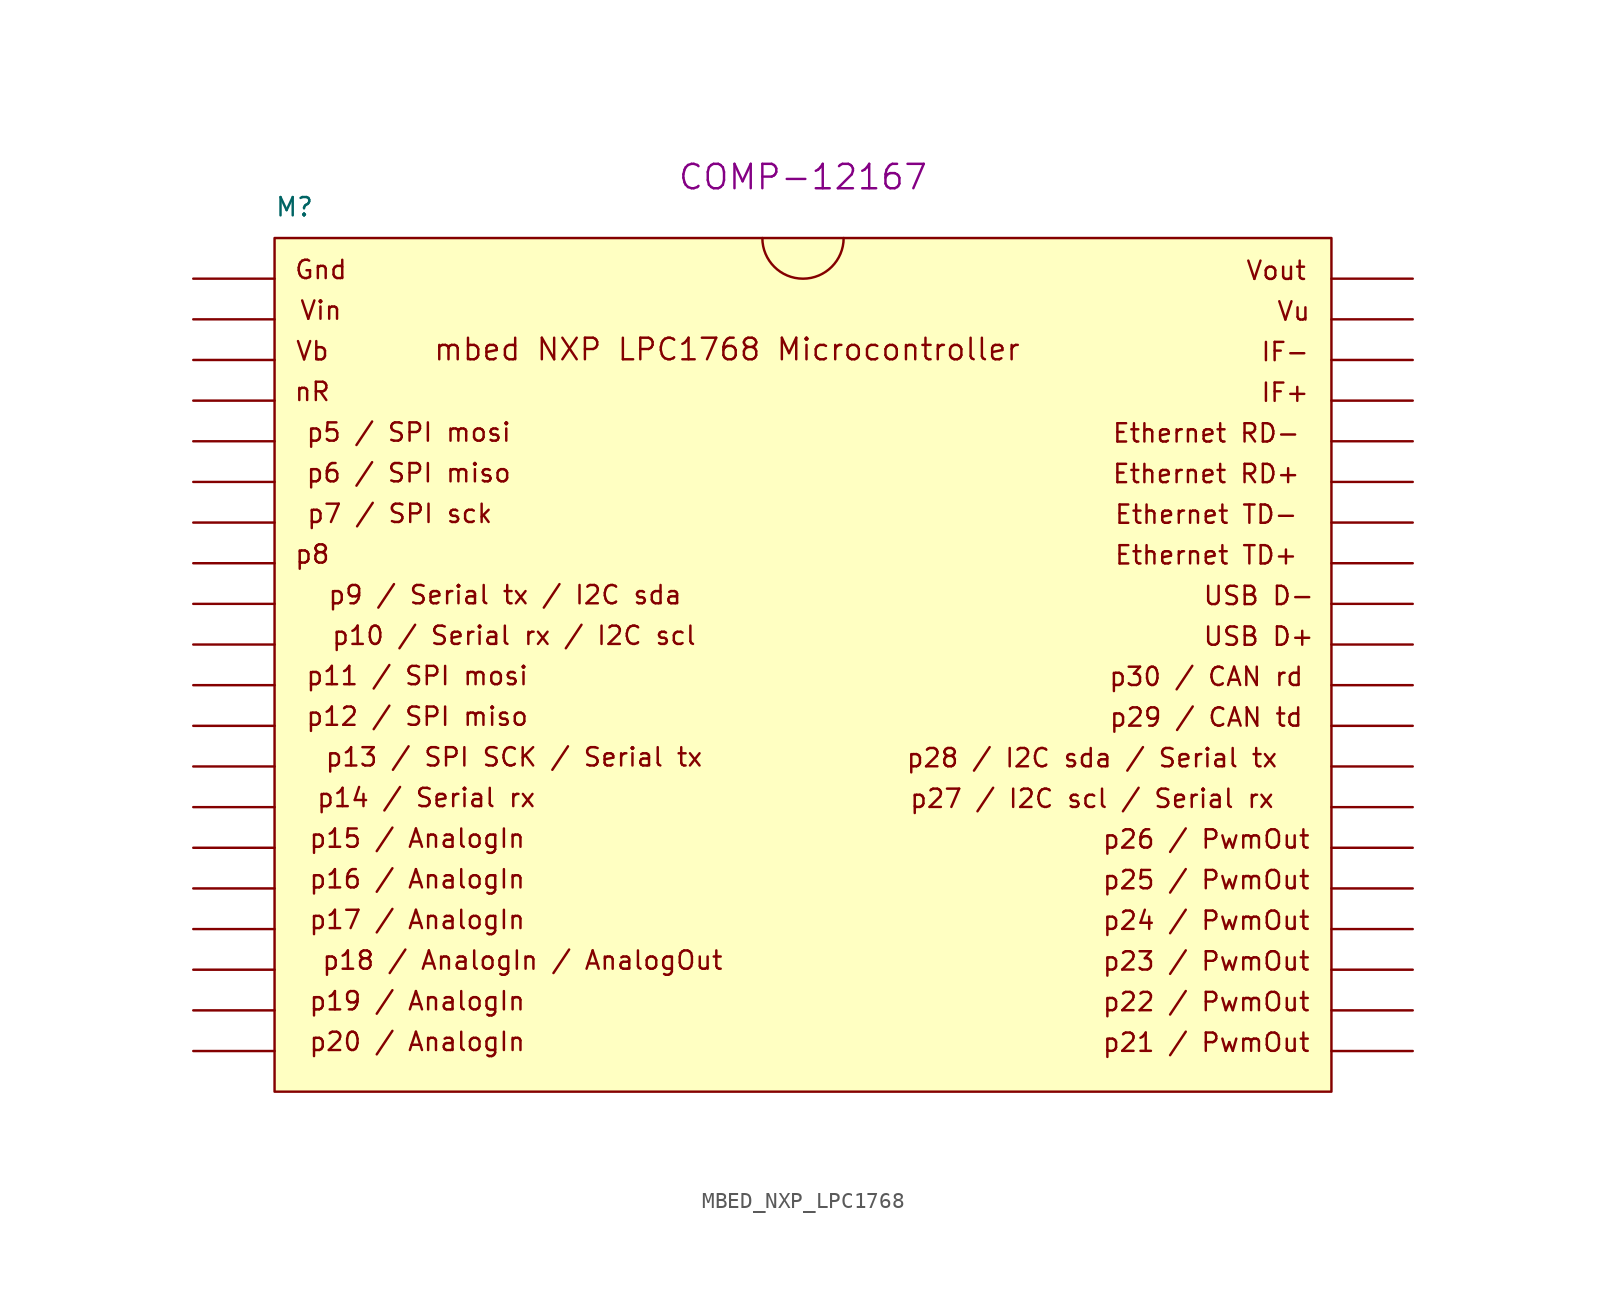
<source format=kicad_sym>
(kicad_symbol_lib
  (version 20201005)
  (generator kicad_symbol_editor)
  (symbol "MBED_NXP_LPC1768"
    (pin_numbers hide)
    (pin_names
      (offset 1.016) hide)
    (property "Reference" "M"
      (at -33.02 26.67 0)
      (effects (font (size 1.143 1.143)) (justify left bottom)))
    (property "Field4" "COMP-12167"
      (at 0 29.21 0)
      (effects (font (size 1.524 1.524))))
    (property "ki_locked" ""
      (at 0 0 0)
      (effects (font (size 1.27 1.27))))
    (symbol "MBED_NXP_LPC1768_1_0"
      (text "Ethernet RD+" (at 25.197 10.668 0) (effects (font (size 1.143 1.143))))
      (text "Ethernet RD-" (at 25.197 13.208 0) (effects (font (size 1.143 1.143))))
      (text "Ethernet TD+" (at 25.197 5.588 0) (effects (font (size 1.143 1.143))))
      (text "Ethernet TD-" (at 25.197 8.128 0) (effects (font (size 1.143 1.143))))
      (text "Gnd" (at -30.124 23.419 0) (effects (font (size 1.143 1.143))))
      (text "IF+" (at 30.124 15.748 0) (effects (font (size 1.143 1.143))))
      (text "IF-" (at 30.124 18.288 0) (effects (font (size 1.143 1.143))))
      (text "mbed NXP LPC1768 Microcontroller" (at -4.75 18.44 0) (effects (font (size 1.346 1.346))))
      (text "nR" (at -30.658 15.799 0) (effects (font (size 1.143 1.143))))
      (text "p10 / Serial rx / I2C scl" (at -18.059 0.559 0) (effects (font (size 1.143 1.143))))
      (text "p11 / SPI mosi" (at -24.105 -1.956 0) (effects (font (size 1.143 1.143))))
      (text "p12 / SPI miso" (at -24.105 -4.496 0) (effects (font (size 1.143 1.143))))
      (text "p13 / SPI SCK / Serial tx" (at -18.059 -7.036 0) (effects (font (size 1.143 1.143))))
      (text "p14 / Serial rx" (at -23.546 -9.576 0) (effects (font (size 1.143 1.143))))
      (text "p15 / AnalogIn" (at -24.105 -12.116 0) (effects (font (size 1.143 1.143))))
      (text "p16 / AnalogIn" (at -24.105 -14.656 0) (effects (font (size 1.143 1.143))))
      (text "p17 / AnalogIn" (at -24.105 -17.196 0) (effects (font (size 1.143 1.143))))
      (text "p18 / AnalogIn / AnalogOut" (at -17.526 -19.736 0) (effects (font (size 1.143 1.143))))
      (text "p19 / AnalogIn" (at -24.105 -22.276 0) (effects (font (size 1.143 1.143))))
      (text "p20 / AnalogIn" (at -24.105 -24.816 0) (effects (font (size 1.143 1.143))))
      (text "p21 / PwmOut" (at 25.197 -24.867 0) (effects (font (size 1.143 1.143))))
      (text "p22 / PwmOut" (at 25.197 -22.327 0) (effects (font (size 1.143 1.143))))
      (text "p23 / PwmOut" (at 25.197 -19.787 0) (effects (font (size 1.143 1.143))))
      (text "p24 / PwmOut" (at 25.197 -17.247 0) (effects (font (size 1.143 1.143))))
      (text "p25 / PwmOut" (at 25.197 -14.707 0) (effects (font (size 1.143 1.143))))
      (text "p26 / PwmOut" (at 25.197 -12.167 0) (effects (font (size 1.143 1.143))))
      (text "p27 / I2C scl / Serial rx" (at 18.059 -9.627 0) (effects (font (size 1.143 1.143))))
      (text "p28 / I2C sda / Serial tx" (at 18.059 -7.087 0) (effects (font (size 1.143 1.143))))
      (text "p29 / CAN td" (at 25.197 -4.547 0) (effects (font (size 1.143 1.143))))
      (text "p30 / CAN rd" (at 25.197 -2.007 0) (effects (font (size 1.143 1.143))))
      (text "p5 / SPI mosi" (at -24.638 13.259 0) (effects (font (size 1.143 1.143))))
      (text "p6 / SPI miso" (at -24.638 10.719 0) (effects (font (size 1.143 1.143))))
      (text "p7 / SPI sck" (at -25.197 8.179 0) (effects (font (size 1.143 1.143))))
      (text "p8" (at -30.658 5.639 0) (effects (font (size 1.143 1.143))))
      (text "p9 / Serial tx / I2C sda" (at -18.618 3.099 0) (effects (font (size 1.143 1.143))))
      (text "USB D+" (at 28.473 0.508 0) (effects (font (size 1.143 1.143))))
      (text "USB D-" (at 28.473 3.048 0) (effects (font (size 1.143 1.143))))
      (text "Vb" (at -30.658 18.339 0) (effects (font (size 1.143 1.143))))
      (text "Vin" (at -30.124 20.879 0) (effects (font (size 1.143 1.143))))
      (text "Vout" (at 29.566 23.368 0) (effects (font (size 1.143 1.143))))
      (text "Vu" (at 30.658 20.828 0) (effects (font (size 1.143 1.143)))))
    (symbol "MBED_NXP_LPC1768_1_1"
      (arc (start -2.54 25.4) (end 2.54 25.4) (radius (at 0 25.4) (length 2.54) (angles -179.9 -0.1)) (stroke (width 0)) (fill (type none)))
      (polyline (pts (xy -33.02 25.4) (xy -33.02 -27.94) (xy 33.02 -27.94) (xy 33.02 25.4) (xy 2.54 25.4) (xy -2.54 25.4) (xy -33.02 25.4)) (stroke (width 0)) (fill (type background)))
      (pin bidirectional line (at -38.1 22.86 0) (length 5.08) (name "P$1" (effects (font (size 1.016 1.016)))) (number "1" (effects (font (size 1.016 1.016)))))
      (pin bidirectional line (at -38.1 20.32 0) (length 5.08) (name "P$2" (effects (font (size 1.016 1.016)))) (number "2" (effects (font (size 1.016 1.016)))))
      (pin bidirectional line (at -38.1 17.78 0) (length 5.08) (name "P$3" (effects (font (size 1.016 1.016)))) (number "3" (effects (font (size 1.016 1.016)))))
      (pin bidirectional line (at -38.1 15.24 0) (length 5.08) (name "P$4" (effects (font (size 1.016 1.016)))) (number "4" (effects (font (size 1.016 1.016)))))
      (pin bidirectional line (at -38.1 12.7 0) (length 5.08) (name "P$5" (effects (font (size 1.016 1.016)))) (number "5" (effects (font (size 1.016 1.016)))))
      (pin bidirectional line (at -38.1 10.16 0) (length 5.08) (name "P$6" (effects (font (size 1.016 1.016)))) (number "6" (effects (font (size 1.016 1.016)))))
      (pin bidirectional line (at -38.1 7.62 0) (length 5.08) (name "P$7" (effects (font (size 1.016 1.016)))) (number "7" (effects (font (size 1.016 1.016)))))
      (pin bidirectional line (at -38.1 5.08 0) (length 5.08) (name "P$8" (effects (font (size 1.016 1.016)))) (number "8" (effects (font (size 1.016 1.016)))))
      (pin bidirectional line (at -38.1 2.54 0) (length 5.08) (name "P$9" (effects (font (size 1.016 1.016)))) (number "9" (effects (font (size 1.016 1.016)))))
      (pin bidirectional line (at -38.1 0 0) (length 5.08) (name "P$10" (effects (font (size 1.016 1.016)))) (number "10" (effects (font (size 1.016 1.016)))))
      (pin bidirectional line (at -38.1 -25.4 0) (length 5.08) (name "P$20" (effects (font (size 1.016 1.016)))) (number "20" (effects (font (size 1.016 1.016)))))
      (pin bidirectional line (at 38.1 -2.54 180) (length 5.08) (name "P$30" (effects (font (size 1.016 1.016)))) (number "30" (effects (font (size 1.016 1.016)))))
      (pin bidirectional line (at 38.1 22.86 180) (length 5.08) (name "P$40" (effects (font (size 1.016 1.016)))) (number "40" (effects (font (size 1.016 1.016)))))
      (pin bidirectional line (at -38.1 -2.54 0) (length 5.08) (name "P$11" (effects (font (size 1.016 1.016)))) (number "11" (effects (font (size 1.016 1.016)))))
      (pin bidirectional line (at 38.1 -25.4 180) (length 5.08) (name "P$21" (effects (font (size 1.016 1.016)))) (number "21" (effects (font (size 1.016 1.016)))))
      (pin bidirectional line (at 38.1 0 180) (length 5.08) (name "P$31" (effects (font (size 1.016 1.016)))) (number "31" (effects (font (size 1.016 1.016)))))
      (pin bidirectional line (at -38.1 -5.08 0) (length 5.08) (name "P$12" (effects (font (size 1.016 1.016)))) (number "12" (effects (font (size 1.016 1.016)))))
      (pin bidirectional line (at 38.1 -22.86 180) (length 5.08) (name "P$22" (effects (font (size 1.016 1.016)))) (number "22" (effects (font (size 1.016 1.016)))))
      (pin bidirectional line (at 38.1 2.54 180) (length 5.08) (name "P$32" (effects (font (size 1.016 1.016)))) (number "32" (effects (font (size 1.016 1.016)))))
      (pin bidirectional line (at -38.1 -7.62 0) (length 5.08) (name "P$13" (effects (font (size 1.016 1.016)))) (number "13" (effects (font (size 1.016 1.016)))))
      (pin bidirectional line (at 38.1 -20.32 180) (length 5.08) (name "P$23" (effects (font (size 1.016 1.016)))) (number "23" (effects (font (size 1.016 1.016)))))
      (pin bidirectional line (at 38.1 5.08 180) (length 5.08) (name "P$33" (effects (font (size 1.016 1.016)))) (number "33" (effects (font (size 1.016 1.016)))))
      (pin bidirectional line (at -38.1 -10.16 0) (length 5.08) (name "P$14" (effects (font (size 1.016 1.016)))) (number "14" (effects (font (size 1.016 1.016)))))
      (pin bidirectional line (at 38.1 -17.78 180) (length 5.08) (name "P$24" (effects (font (size 1.016 1.016)))) (number "24" (effects (font (size 1.016 1.016)))))
      (pin bidirectional line (at 38.1 7.62 180) (length 5.08) (name "P$34" (effects (font (size 1.016 1.016)))) (number "34" (effects (font (size 1.016 1.016)))))
      (pin bidirectional line (at -38.1 -12.7 0) (length 5.08) (name "P$15" (effects (font (size 1.016 1.016)))) (number "15" (effects (font (size 1.016 1.016)))))
      (pin bidirectional line (at 38.1 -15.24 180) (length 5.08) (name "P$25" (effects (font (size 1.016 1.016)))) (number "25" (effects (font (size 1.016 1.016)))))
      (pin bidirectional line (at 38.1 10.16 180) (length 5.08) (name "P$35" (effects (font (size 1.016 1.016)))) (number "35" (effects (font (size 1.016 1.016)))))
      (pin bidirectional line (at -38.1 -15.24 0) (length 5.08) (name "P$16" (effects (font (size 1.016 1.016)))) (number "16" (effects (font (size 1.016 1.016)))))
      (pin bidirectional line (at 38.1 -12.7 180) (length 5.08) (name "P$26" (effects (font (size 1.016 1.016)))) (number "26" (effects (font (size 1.016 1.016)))))
      (pin bidirectional line (at 38.1 12.7 180) (length 5.08) (name "P$36" (effects (font (size 1.016 1.016)))) (number "36" (effects (font (size 1.016 1.016)))))
      (pin bidirectional line (at -38.1 -17.78 0) (length 5.08) (name "P$17" (effects (font (size 1.016 1.016)))) (number "17" (effects (font (size 1.016 1.016)))))
      (pin bidirectional line (at 38.1 -10.16 180) (length 5.08) (name "P$27" (effects (font (size 1.016 1.016)))) (number "27" (effects (font (size 1.016 1.016)))))
      (pin bidirectional line (at 38.1 15.24 180) (length 5.08) (name "P$37" (effects (font (size 1.016 1.016)))) (number "37" (effects (font (size 1.016 1.016)))))
      (pin bidirectional line (at -38.1 -20.32 0) (length 5.08) (name "P$18" (effects (font (size 1.016 1.016)))) (number "18" (effects (font (size 1.016 1.016)))))
      (pin bidirectional line (at 38.1 -7.62 180) (length 5.08) (name "P$28" (effects (font (size 1.016 1.016)))) (number "28" (effects (font (size 1.016 1.016)))))
      (pin bidirectional line (at 38.1 17.78 180) (length 5.08) (name "P$38" (effects (font (size 1.016 1.016)))) (number "38" (effects (font (size 1.016 1.016)))))
      (pin bidirectional line (at -38.1 -22.86 0) (length 5.08) (name "P$19" (effects (font (size 1.016 1.016)))) (number "19" (effects (font (size 1.016 1.016)))))
      (pin bidirectional line (at 38.1 -5.08 180) (length 5.08) (name "P$29" (effects (font (size 1.016 1.016)))) (number "29" (effects (font (size 1.016 1.016)))))
      (pin bidirectional line (at 38.1 20.32 180) (length 5.08) (name "P$39" (effects (font (size 1.016 1.016)))) (number "39" (effects (font (size 1.016 1.016))))))))
</source>
